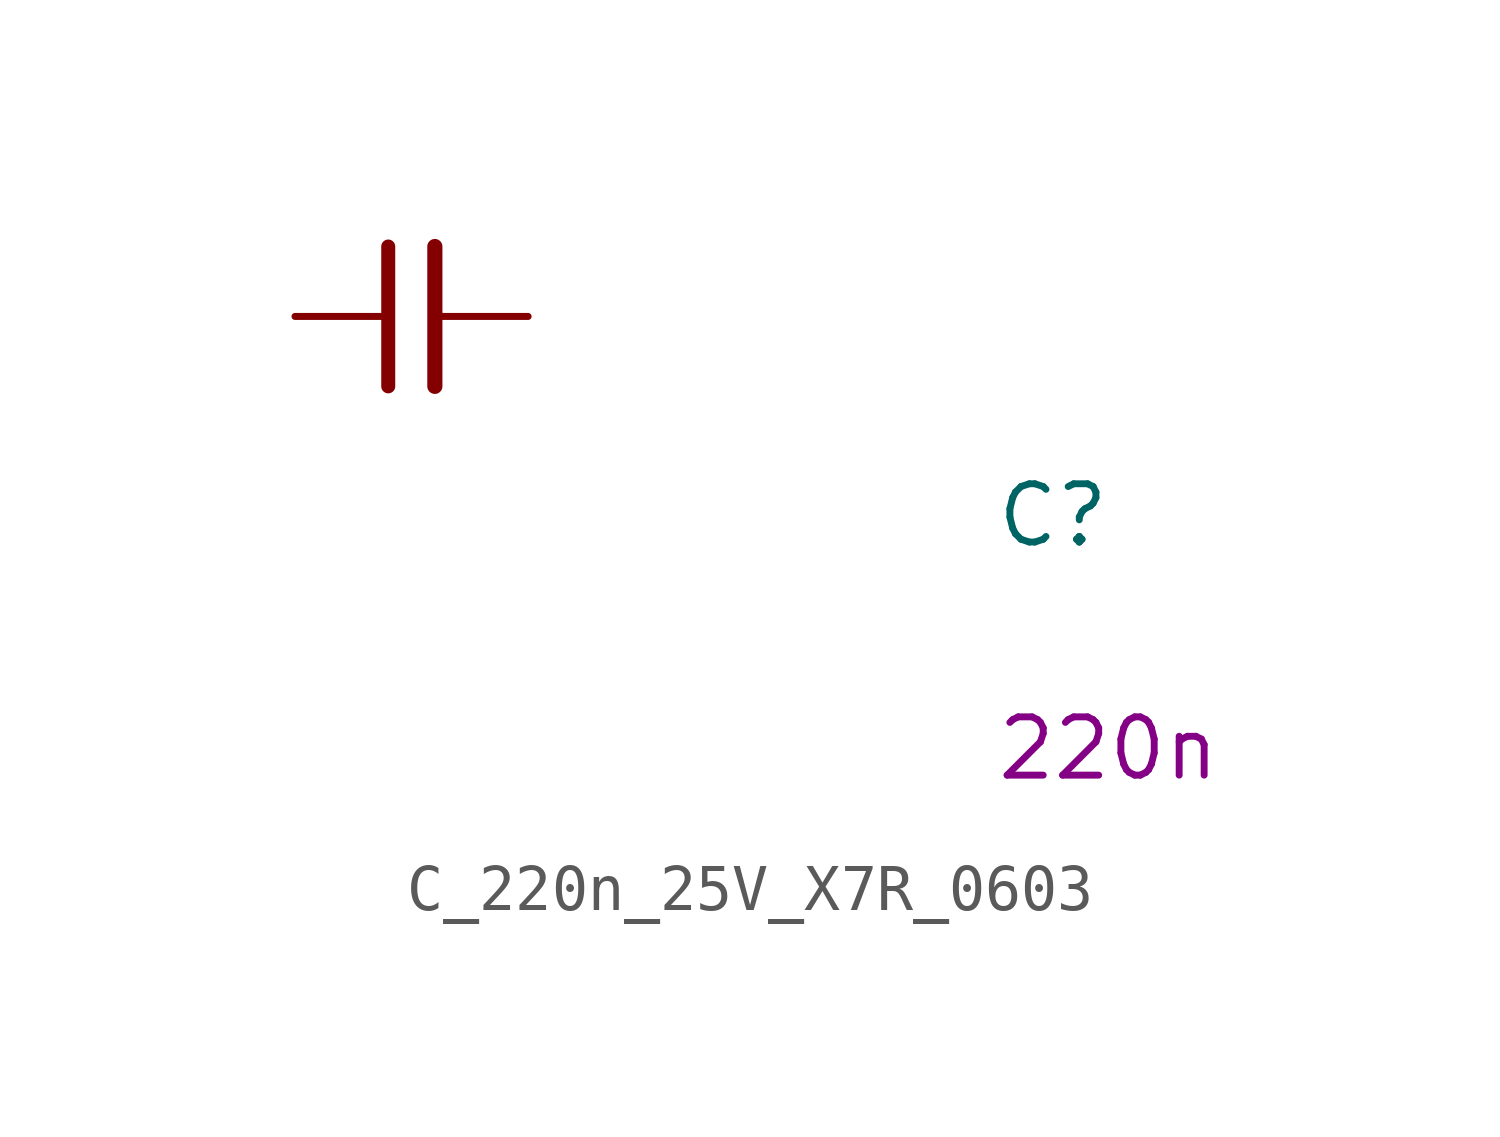
<source format=kicad_sym>
(kicad_symbol_lib
  (version 20220914)
  (generator kicad_symbol_editor)
  (symbol "C_220n_25V_X7R_0603"
    (pin_numbers hide)
    (pin_names hide)
    (property "Reference" "C"
      (at 15.24 -5.08 0)
      (effects (font (size 1.27 1.27) (thickness 0.15)) (justify left bottom)))
    (property "Val" "220n"
      (at 15.24 -10.16 0)
      (effects (font (size 1.27 1.27) (thickness 0.15)) (justify left bottom)))
    (symbol "C_220n_25V_X7R_0603_0_1"
      (polyline (pts (xy 2.032 -1.524) (xy 2.032 1.524)) (stroke (width 0.305) (type default)) (fill (type none)))
      (polyline (pts (xy 3.048 -1.524) (xy 3.048 1.524)) (stroke (width 0.33) (type default)) (fill (type none))))
    (symbol "C_220n_25V_X7R_0603_1_1"
      (pin passive line (at 0 0 0) (length 2.032) (name "~" (effects (font (size 1.27 1.27)))) (number "1" (effects (font (size 1.27 1.27)))))
      (pin passive line (at 5.08 0 180) (length 2.032) (name "~" (effects (font (size 1.27 1.27)))) (number "2" (effects (font (size 1.27 1.27))))))))
</source>
